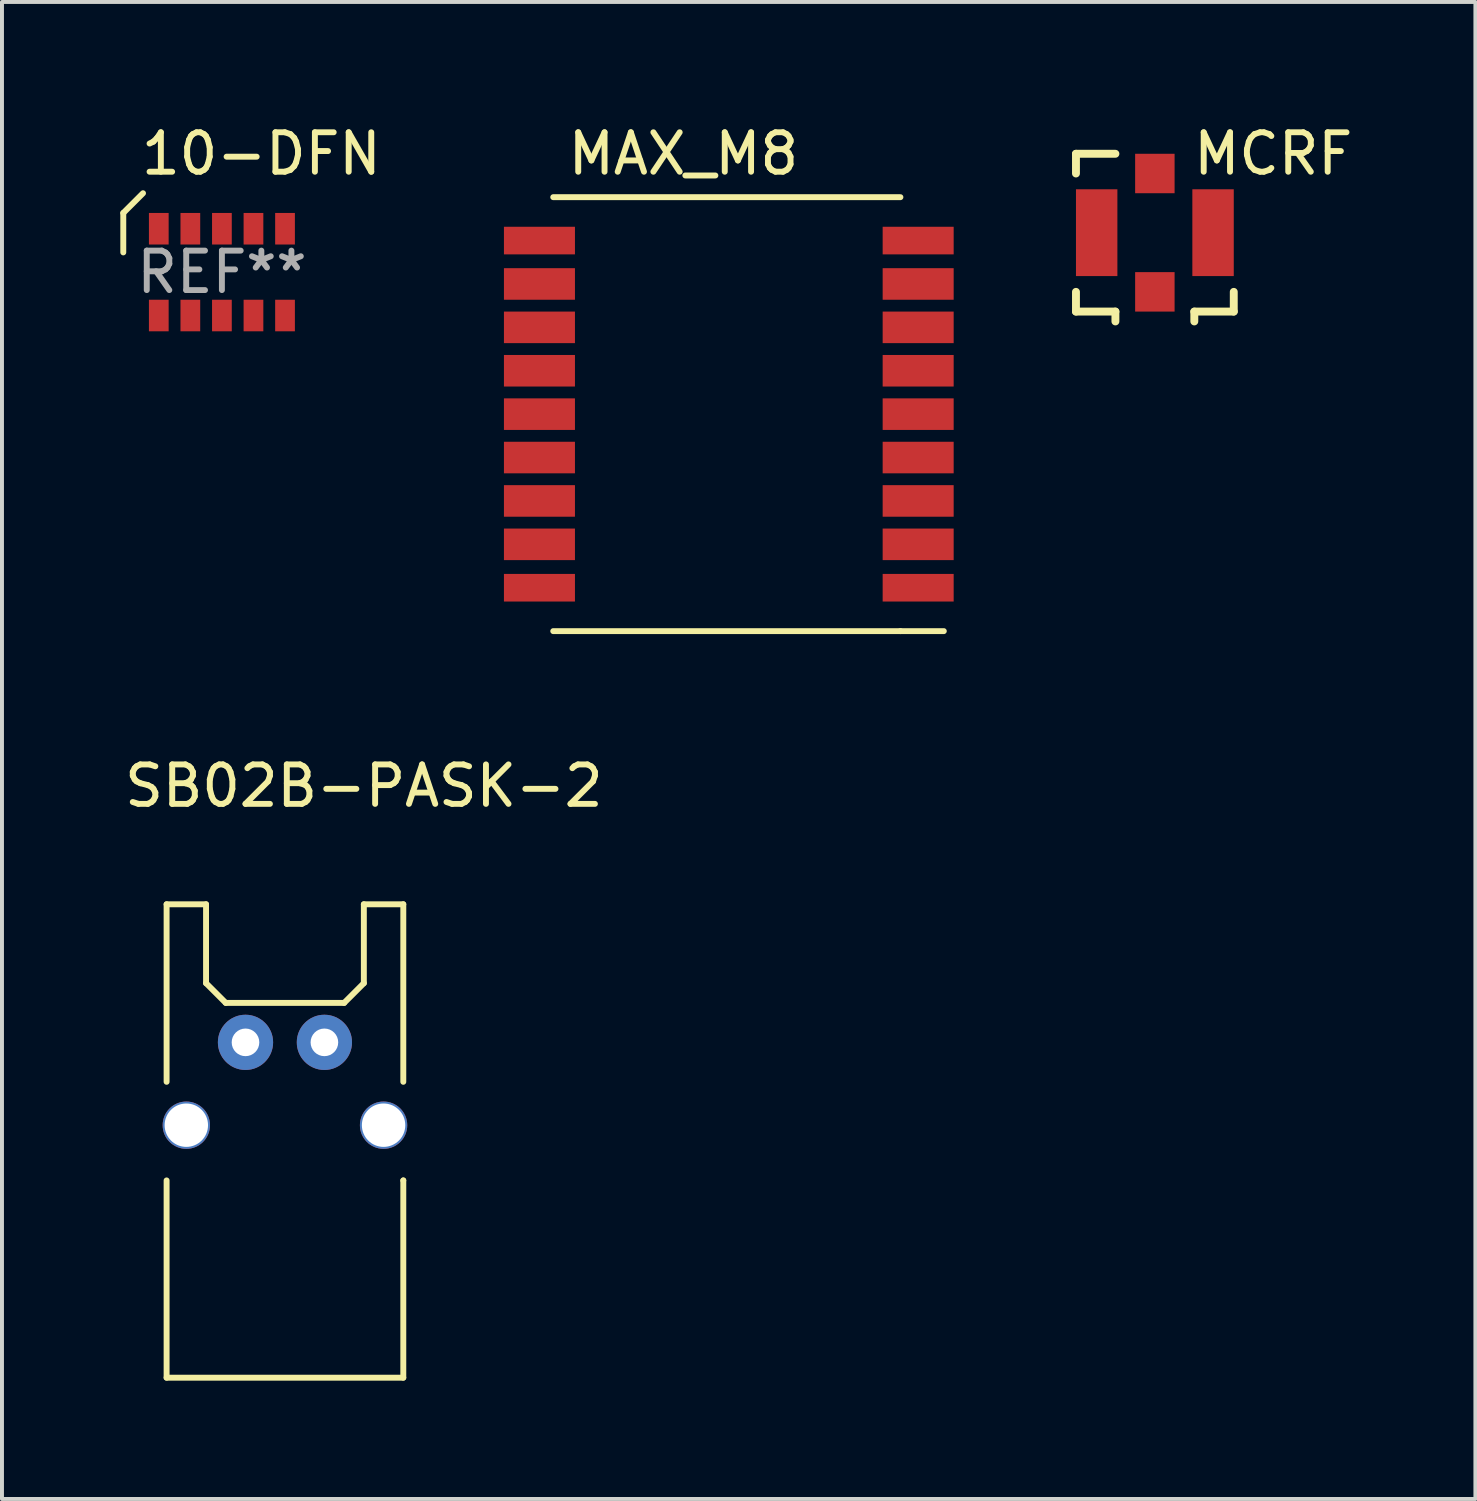
<source format=kicad_pcb>
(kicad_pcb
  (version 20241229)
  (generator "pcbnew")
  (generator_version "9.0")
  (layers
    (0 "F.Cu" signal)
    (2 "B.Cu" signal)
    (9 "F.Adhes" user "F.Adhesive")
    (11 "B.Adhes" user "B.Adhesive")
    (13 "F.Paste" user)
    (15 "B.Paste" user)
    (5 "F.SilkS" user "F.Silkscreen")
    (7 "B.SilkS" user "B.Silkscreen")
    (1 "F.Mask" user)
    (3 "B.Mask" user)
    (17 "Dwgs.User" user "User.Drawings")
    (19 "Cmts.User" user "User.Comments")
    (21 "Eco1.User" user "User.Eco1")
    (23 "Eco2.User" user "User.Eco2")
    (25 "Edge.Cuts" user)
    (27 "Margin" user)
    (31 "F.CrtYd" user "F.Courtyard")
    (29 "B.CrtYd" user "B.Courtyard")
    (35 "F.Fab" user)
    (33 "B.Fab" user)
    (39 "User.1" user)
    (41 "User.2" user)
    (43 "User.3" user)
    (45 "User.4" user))
  (footprint "MCRF"
    (layer "F.Cu")
    (at 26.224 2.848)
    (property "Reference" "MCRF" (at 3 -2 0) (layer "F.SilkS") (effects (font (size 1 1) (thickness 0.15))))
    (attr through_hole)
    (fp_line (start -2 -2) (end -1 -2) (stroke (width 0.2) (type solid)) (layer "F.SilkS"))
    (fp_line (start -2 -1.5) (end -2 -2) (stroke (width 0.2) (type solid)) (layer "F.SilkS"))
    (fp_line (start -2 1.5) (end -2 2) (stroke (width 0.2) (type solid)) (layer "F.SilkS"))
    (fp_line (start -2 2) (end -1 2) (stroke (width 0.2) (type solid)) (layer "F.SilkS"))
    (fp_line (start -1 2) (end -1 2.25) (stroke (width 0.2) (type solid)) (layer "F.SilkS"))
    (fp_line (start 1 2) (end 1 2.25) (stroke (width 0.2) (type solid)) (layer "F.SilkS"))
    (fp_line (start 1 2) (end 2 2) (stroke (width 0.2) (type solid)) (layer "F.SilkS"))
    (fp_line (start 2 2) (end 2 1.5) (stroke (width 0.2) (type solid)) (layer "F.SilkS"))
    (pad "" smd rect (at 0 0) (size 3 3) (layers "F.Mask"))
    (pad "1" smd rect (at 0 1.5) (size 1 1) (layers "F.Cu" "F.Mask" "F.Paste"))
    (pad "2" smd rect (at 0 -1.5) (size 1 1) (layers "F.Cu" "F.Mask" "F.Paste"))
    (pad "3" smd rect (at -1.475 0) (size 1.05 2.2) (layers "F.Cu" "F.Mask" "F.Paste"))
    (pad "4" smd rect (at 1.475 0) (size 1.05 2.2) (layers "F.Cu" "F.Mask" "F.Paste")))
  (footprint "MAX_M8"
    (layer "F.Cu")
    (at 15.374 7.448)
    (property "Reference" "MAX_M8" (at -1.1 -6.6 0) (layer "F.SilkS") (effects (font (size 1 1) (thickness 0.15))))
    (attr through_hole)
    (fp_line (start -4.4 -5.5) (end 4.4 -5.5) (stroke (width 0.15) (type solid)) (layer "F.SilkS"))
    (fp_line (start -4.4 5.5) (end 4.4 5.5) (stroke (width 0.15) (type solid)) (layer "F.SilkS"))
    (fp_line (start 4.4 5.5) (end 5.5 5.5) (stroke (width 0.15) (type solid)) (layer "F.SilkS"))
    (pad "1" smd rect (at 4.85 4.4) (size 1.8 0.7) (layers "F.Cu" "F.Mask" "F.Paste"))
    (pad "2" smd rect (at 4.85 3.3) (size 1.8 0.8) (layers "F.Cu" "F.Mask" "F.Paste"))
    (pad "3" smd rect (at 4.85 2.2) (size 1.8 0.8) (layers "F.Cu" "F.Mask" "F.Paste"))
    (pad "4" smd rect (at 4.85 1.1) (size 1.8 0.8) (layers "F.Cu" "F.Mask" "F.Paste"))
    (pad "5" smd rect (at 4.85 0) (size 1.8 0.8) (layers "F.Cu" "F.Mask" "F.Paste"))
    (pad "6" smd rect (at 4.85 -1.1) (size 1.8 0.8) (layers "F.Cu" "F.Mask" "F.Paste"))
    (pad "7" smd rect (at 4.85 -2.2) (size 1.8 0.8) (layers "F.Cu" "F.Mask" "F.Paste"))
    (pad "8" smd rect (at 4.85 -3.3) (size 1.8 0.8) (layers "F.Cu" "F.Mask" "F.Paste"))
    (pad "9" smd rect (at 4.85 -4.4) (size 1.8 0.7) (layers "F.Cu" "F.Mask" "F.Paste"))
    (pad "10" smd rect (at -4.75 -4.4) (size 1.8 0.7) (layers "F.Cu" "F.Mask" "F.Paste"))
    (pad "11" smd rect (at -4.75 -3.3) (size 1.8 0.8) (layers "F.Cu" "F.Mask" "F.Paste"))
    (pad "12" smd rect (at -4.75 -2.2) (size 1.8 0.8) (layers "F.Cu" "F.Mask" "F.Paste"))
    (pad "13" smd rect (at -4.75 -1.1) (size 1.8 0.8) (layers "F.Cu" "F.Mask" "F.Paste"))
    (pad "14" smd rect (at -4.75 0) (size 1.8 0.8) (layers "F.Cu" "F.Mask" "F.Paste"))
    (pad "15" smd rect (at -4.75 1.1) (size 1.8 0.8) (layers "F.Cu" "F.Mask" "F.Paste"))
    (pad "16" smd rect (at -4.75 2.2) (size 1.8 0.8) (layers "F.Cu" "F.Mask" "F.Paste"))
    (pad "17" smd rect (at -4.75 3.3) (size 1.8 0.8) (layers "F.Cu" "F.Mask" "F.Paste"))
    (pad "18" smd rect (at -4.75 4.4) (size 1.8 0.7) (layers "F.Cu" "F.Mask" "F.Paste")))
  (footprint "SB02B-PASK-2"
    (layer "F.Cu")
    (at 4.173 23.372)
    (property "Reference" "SB02B-PASK-2" (at 2 -6.5 0) (layer "F.SilkS") (effects (font (size 1 1) (thickness 0.15))))
    (attr through_hole)
    (fp_line (start -3 -3.5) (end -2 -3.5) (stroke (width 0.15) (type solid)) (layer "F.SilkS"))
    (fp_line (start -3 1) (end -3 -3.5) (stroke (width 0.15) (type solid)) (layer "F.SilkS"))
    (fp_line (start -3 3.5) (end -3 8.5) (stroke (width 0.15) (type solid)) (layer "F.SilkS"))
    (fp_line (start -3 8.5) (end 3 8.5) (stroke (width 0.15) (type solid)) (layer "F.SilkS"))
    (fp_line (start -2 -3.5) (end -2 -1.5) (stroke (width 0.15) (type solid)) (layer "F.SilkS"))
    (fp_line (start -2 -1.5) (end -1.5 -1) (stroke (width 0.15) (type solid)) (layer "F.SilkS"))
    (fp_line (start -1.5 -1) (end 1.5 -1) (stroke (width 0.15) (type solid)) (layer "F.SilkS"))
    (fp_line (start 1.5 -1) (end 2 -1.5) (stroke (width 0.15) (type solid)) (layer "F.SilkS"))
    (fp_line (start 2 -3.5) (end 3 -3.5) (stroke (width 0.15) (type solid)) (layer "F.SilkS"))
    (fp_line (start 2 -1.5) (end 2 -3.5) (stroke (width 0.15) (type solid)) (layer "F.SilkS"))
    (fp_line (start 3 -3.5) (end 3 1) (stroke (width 0.15) (type solid)) (layer "F.SilkS"))
    (fp_line (start 3 3.5) (end 3 3.5) (stroke (width 0.15) (type solid)) (layer "F.SilkS"))
    (fp_line (start 3 8.5) (end 3 3.5) (stroke (width 0.15) (type solid)) (layer "F.SilkS"))
    (pad "" np_thru_hole circle (at -2.5 2.1) (size 1.2 1.2) (drill 1.1) (layers "*.Cu" "*.Mask"))
    (pad "" np_thru_hole circle (at 2.5 2.1) (size 1.2 1.2) (drill 1.1) (layers "*.Cu" "*.Mask"))
    (pad "1" thru_hole circle (at -1 0) (size 1.4 1.4) (drill 0.7) (layers "*.Cu" "*.Mask"))
    (pad "2" thru_hole circle (at 1 0) (size 1.4 1.4) (drill 0.7) (layers "*.Cu" "*.Mask")))
  (footprint "10-DFN"
    (layer "F.Cu")
    (at 2.575 3.848)
    (property "Reference" "10-DFN" (at 1 -3 0) (layer "F.SilkS") (effects (font (size 1 1) (thickness 0.15))))
    (attr through_hole)
    (fp_line (start -2.5 -1.5) (end -2.5 -0.5) (stroke (width 0.15) (type solid)) (layer "F.SilkS"))
    (fp_line (start -2.5 -1.5) (end -2 -2) (stroke (width 0.15) (type solid)) (layer "F.SilkS"))
    (fp_text user "REF**" (at 0 0 0) (layer "F.Fab") (effects (font (size 1 1) (thickness 0.15))))
    (pad "1" smd rect (at -1.6 -1.1) (size 0.5 0.8) (layers "F.Cu" "F.Mask" "F.Paste"))
    (pad "2" smd rect (at -0.8 -1.1) (size 0.5 0.8) (layers "F.Cu" "F.Mask" "F.Paste"))
    (pad "3" smd rect (at 0 -1.1) (size 0.5 0.8) (layers "F.Cu" "F.Mask" "F.Paste"))
    (pad "4" smd rect (at 0.8 -1.1) (size 0.5 0.8) (layers "F.Cu" "F.Mask" "F.Paste"))
    (pad "5" smd rect (at 1.6 -1.1) (size 0.5 0.8) (layers "F.Cu" "F.Mask" "F.Paste"))
    (pad "6" smd rect (at 1.6 1.1) (size 0.5 0.8) (layers "F.Cu" "F.Mask" "F.Paste"))
    (pad "7" smd rect (at 0.8 1.1) (size 0.5 0.8) (layers "F.Cu" "F.Mask" "F.Paste"))
    (pad "8" smd rect (at 0 1.1) (size 0.5 0.8) (layers "F.Cu" "F.Mask" "F.Paste"))
    (pad "9" smd rect (at -0.8 1.1) (size 0.5 0.8) (layers "F.Cu" "F.Mask" "F.Paste"))
    (pad "10" smd rect (at -1.6 1.1) (size 0.5 0.8) (layers "F.Cu" "F.Mask" "F.Paste")))
  (gr_rect
    (start -3 -3)
    (end 34.349 34.947)
    (stroke (width 0.1) (type default))
    (fill no)
    (layer "Edge.Cuts")))
</source>
